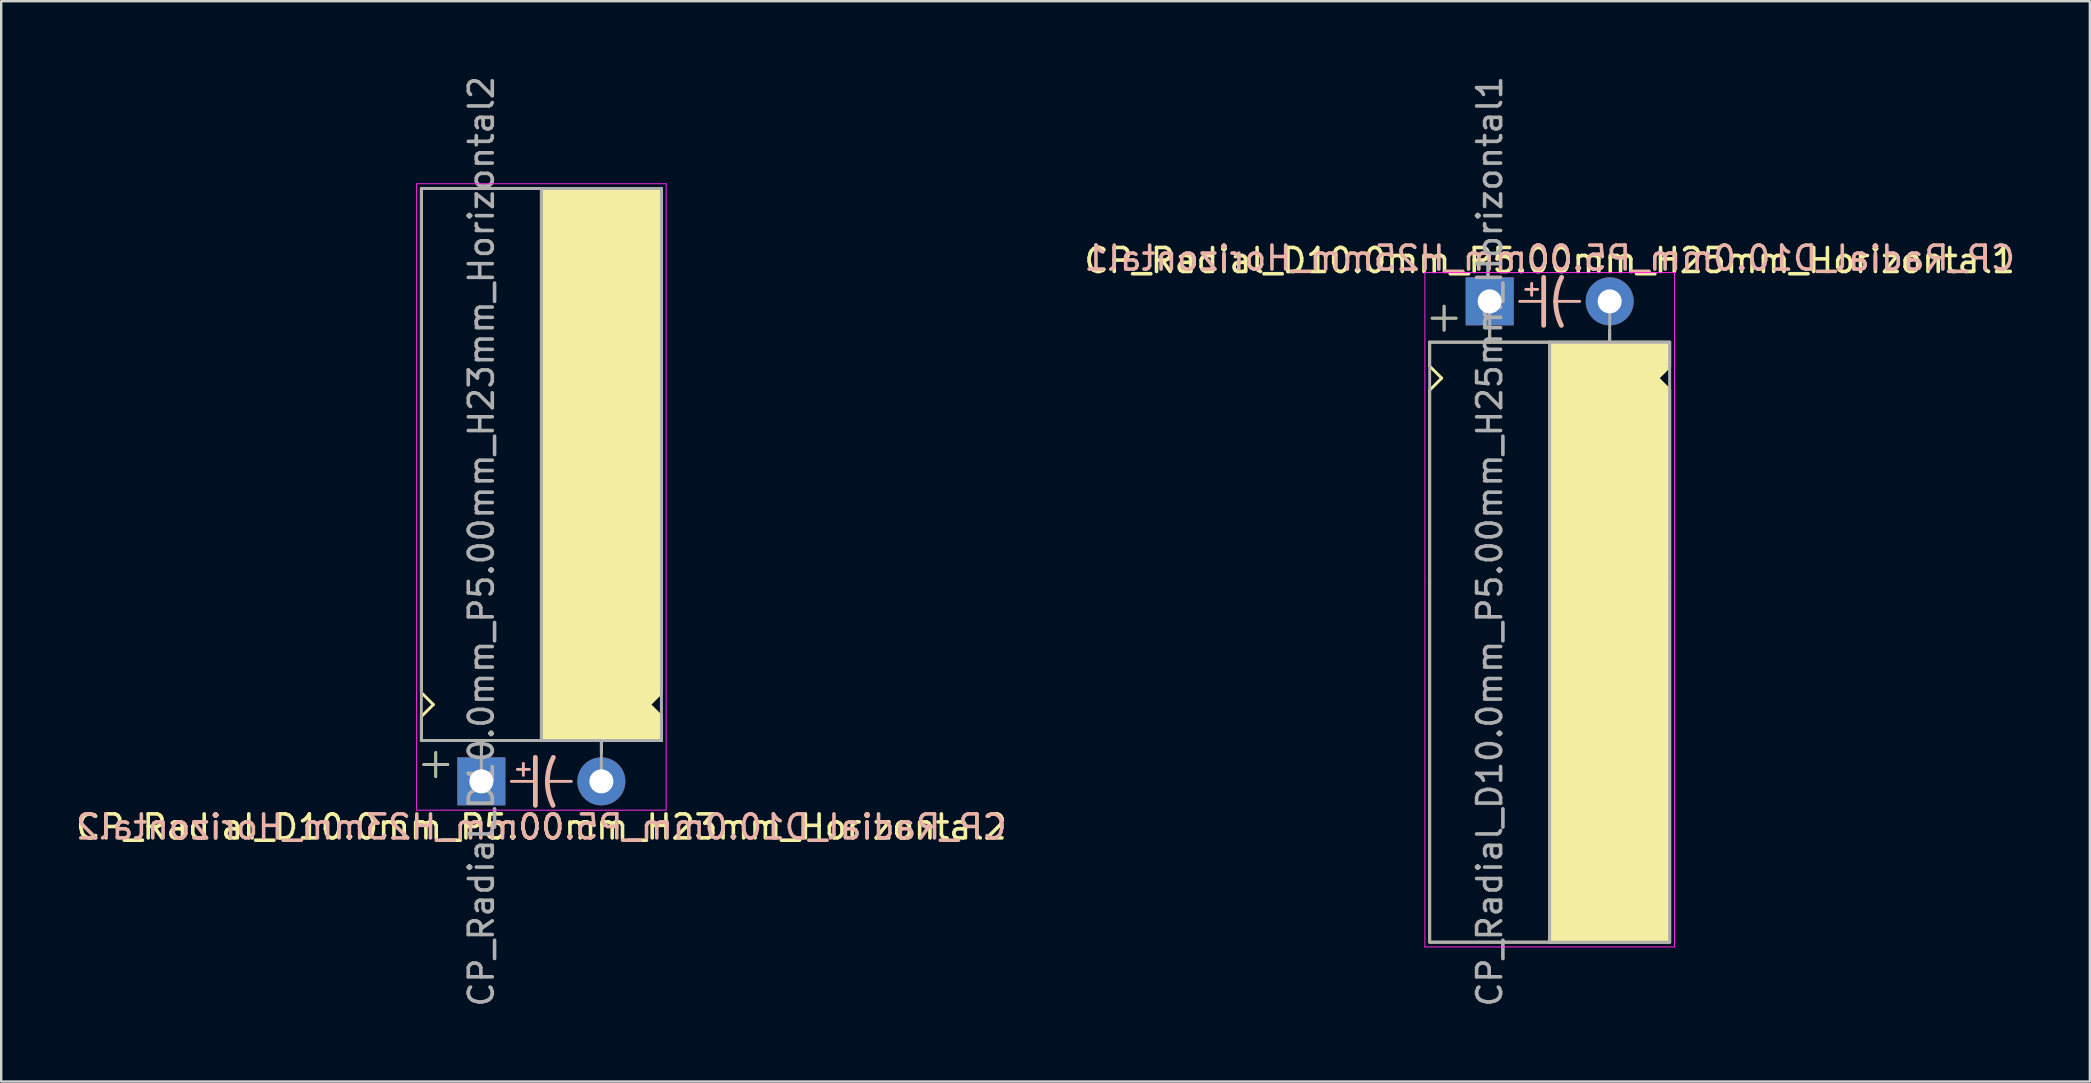
<source format=kicad_pcb>
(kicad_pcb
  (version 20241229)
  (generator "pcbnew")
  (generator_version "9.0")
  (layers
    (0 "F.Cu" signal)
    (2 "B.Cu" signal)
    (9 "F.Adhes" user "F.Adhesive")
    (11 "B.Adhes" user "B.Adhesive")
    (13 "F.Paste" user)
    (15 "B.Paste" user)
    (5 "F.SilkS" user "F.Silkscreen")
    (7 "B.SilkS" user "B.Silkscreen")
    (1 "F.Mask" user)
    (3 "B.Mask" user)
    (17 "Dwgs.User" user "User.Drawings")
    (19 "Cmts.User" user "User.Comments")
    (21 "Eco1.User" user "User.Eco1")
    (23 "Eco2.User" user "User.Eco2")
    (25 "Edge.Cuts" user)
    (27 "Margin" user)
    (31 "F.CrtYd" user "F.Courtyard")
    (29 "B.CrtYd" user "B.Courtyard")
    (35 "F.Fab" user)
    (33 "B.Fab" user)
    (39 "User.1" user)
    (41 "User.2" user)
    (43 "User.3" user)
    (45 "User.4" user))
  (footprint "CP_Radial_D10.0mm_P5.00mm_H25mm_Horizontal1"
    (layer "F.Cu")
    (at 59.018 9.506)
    (property "Reference" "CP_Radial_D10.0mm_P5.00mm_H25mm_Horizontal1" (at 2.5 -1.7 0) (layer "F.SilkS") (effects (font (size 1 1) (thickness 0.15))))
    (fp_line (start -2.5 1.7) (end -2.5 2.7) (stroke (width 0.12) (type solid)) (layer "F.SilkS"))
    (fp_line (start -2.5 2.7) (end -2 3.2) (stroke (width 0.12) (type solid)) (layer "F.SilkS"))
    (fp_line (start -2.5 3.7) (end -2.5 11.7) (stroke (width 0.12) (type solid)) (layer "F.SilkS"))
    (fp_line (start -2.5 11.7) (end -2.5 26.7) (stroke (width 0.12) (type solid)) (layer "F.SilkS"))
    (fp_line (start -2.5 26.7) (end 7.5 26.7) (stroke (width 0.12) (type solid)) (layer "F.SilkS"))
    (fp_line (start -2 3.2) (end -2.5 3.7) (stroke (width 0.12) (type solid)) (layer "F.SilkS"))
    (fp_line (start -1.9 0.2) (end -1.9 1.2) (stroke (width 0.12) (type solid)) (layer "F.SilkS"))
    (fp_line (start -1.4 0.7) (end -2.4 0.7) (stroke (width 0.12) (type solid)) (layer "F.SilkS"))
    (fp_line (start 0 1.7) (end 0 1.2) (stroke (width 0.12) (type solid)) (layer "F.SilkS"))
    (fp_line (start 2.5 1.7) (end -2.5 1.7) (stroke (width 0.12) (type solid)) (layer "F.SilkS"))
    (fp_line (start 2.5 26.7) (end 2.5 1.7) (stroke (width 0.12) (type solid)) (layer "F.SilkS"))
    (fp_line (start 5 1.7) (end 5 1.2) (stroke (width 0.12) (type solid)) (layer "F.SilkS"))
    (fp_line (start 7 3.2) (end 7.5 3.7) (stroke (width 0.12) (type solid)) (layer "F.SilkS"))
    (fp_line (start 7.5 1.7) (end 2.5 1.7) (stroke (width 0.12) (type solid)) (layer "F.SilkS"))
    (fp_line (start 7.5 1.7) (end 7.5 2.7) (stroke (width 0.12) (type solid)) (layer "F.SilkS"))
    (fp_line (start 7.5 2.7) (end 7 3.2) (stroke (width 0.12) (type solid)) (layer "F.SilkS"))
    (fp_line (start 7.5 3.7) (end 7.5 11.7) (stroke (width 0.12) (type solid)) (layer "F.SilkS"))
    (fp_line (start 7.5 11.7) (end 7.5 26.7) (stroke (width 0.12) (type solid)) (layer "F.SilkS"))
    (fp_poly (pts (xy 7.5 2.7) (xy 7 3.2) (xy 7.5 3.7) (xy 7.5 26.7) (xy 2.5 26.7) (xy 2.5 1.7) (xy 7.5 1.7)) (stroke (width 0.1) (type solid)) (fill yes) (layer "F.SilkS"))
    (fp_line (start 1.25 0) (end 2.25 0) (stroke (width 0.12) (type solid)) (layer "B.SilkS"))
    (fp_line (start 1.5 -0.5) (end 2 -0.5) (stroke (width 0.12) (type solid)) (layer "B.SilkS"))
    (fp_line (start 1.75 -0.75) (end 1.75 -0.25) (stroke (width 0.12) (type solid)) (layer "B.SilkS"))
    (fp_line (start 2.25 1) (end 2.25 -1) (stroke (width 0.2) (type solid)) (layer "B.SilkS"))
    (fp_line (start 3.75 0) (end 2.75 0) (stroke (width 0.12) (type solid)) (layer "B.SilkS"))
    (fp_arc (start 2.75 0) (mid 2.816707 -0.514573) (end 3 -1) (stroke (width 0.2) (type solid)) (layer "B.SilkS"))
    (fp_arc (start 2.987539 1) (mid 2.810248 0.513901) (end 2.75 0) (stroke (width 0.2) (type solid)) (layer "B.SilkS"))
    (fp_line (start -2.7 -1.2) (end 5.3 -1.2) (stroke (width 0.04) (type solid)) (layer "F.CrtYd"))
    (fp_line (start -2.7 26.9) (end -2.7 -1.2) (stroke (width 0.04) (type solid)) (layer "F.CrtYd"))
    (fp_line (start 5.3 -1.2) (end 7.7 -1.2) (stroke (width 0.04) (type solid)) (layer "F.CrtYd"))
    (fp_line (start 7.7 -1.2) (end 7.7 26.9) (stroke (width 0.04) (type solid)) (layer "F.CrtYd"))
    (fp_line (start 7.7 26.9) (end -2.7 26.9) (stroke (width 0.04) (type solid)) (layer "F.CrtYd"))
    (fp_line (start -2.5 1.7) (end -2.5 26.7) (stroke (width 0.12) (type solid)) (layer "F.Fab"))
    (fp_line (start -2.5 26.7) (end 7.5 26.7) (stroke (width 0.12) (type solid)) (layer "F.Fab"))
    (fp_line (start -2.4 0.7) (end -1.4 0.7) (stroke (width 0.1) (type solid)) (layer "F.Fab"))
    (fp_line (start -1.9 1.2) (end -1.9 0.2) (stroke (width 0.1) (type solid)) (layer "F.Fab"))
    (fp_line (start 0 1.7) (end 0 0) (stroke (width 0.12) (type solid)) (layer "F.Fab"))
    (fp_line (start 2.5 1.7) (end 2.5 26.7) (stroke (width 0.12) (type solid)) (layer "F.Fab"))
    (fp_line (start 5 1.7) (end 5 0) (stroke (width 0.12) (type solid)) (layer "F.Fab"))
    (fp_line (start 7.5 1.7) (end -2.5 1.7) (stroke (width 0.12) (type solid)) (layer "F.Fab"))
    (fp_line (start 7.5 26.7) (end 7.5 1.7) (stroke (width 0.12) (type solid)) (layer "F.Fab"))
    (fp_poly (pts (xy 7.5 26.7) (xy 2.5 26.7) (xy 2.5 1.7) (xy 7.5 1.7)) (stroke (width 0.1) (type solid)) (fill no) (layer "F.Fab"))
    (fp_text user "${REFERENCE}" (at 2.5 -1.8 0) (layer "B.SilkS") (effects (font (size 1 1) (thickness 0.15)) (justify mirror)))
    (fp_text user "${REFERENCE}" (at 0 10 90) (layer "F.Fab") (effects (font (size 1 1) (thickness 0.15))))
    (pad "1" thru_hole rect (at 0 0) (size 2 2) (drill 1) (layers "*.Cu" "*.Mask"))
    (pad "2" thru_hole circle (at 5 0) (size 2 2) (drill 1) (layers "*.Cu" "*.Mask")))
  (footprint "CP_Radial_D10.0mm_P5.00mm_H23mm_Horizontal2"
    (layer "F.Cu")
    (at 17.006 29.506)
    (property "Reference" "CP_Radial_D10.0mm_P5.00mm_H23mm_Horizontal2" (at 2.5 1.9 0) (layer "F.SilkS") (effects (font (size 1 1) (thickness 0.15))))
    (fp_line (start -2.5 -24.7) (end 7.5 -24.7) (stroke (width 0.12) (type solid)) (layer "F.SilkS"))
    (fp_line (start -2.5 -11.7) (end -2.5 -24.7) (stroke (width 0.12) (type solid)) (layer "F.SilkS"))
    (fp_line (start -2.5 -3.7) (end -2.5 -11.7) (stroke (width 0.12) (type solid)) (layer "F.SilkS"))
    (fp_line (start -2.5 -2.7) (end -2 -3.2) (stroke (width 0.12) (type solid)) (layer "F.SilkS"))
    (fp_line (start -2.5 -1.7) (end -2.5 -2.7) (stroke (width 0.12) (type solid)) (layer "F.SilkS"))
    (fp_line (start -2 -3.2) (end -2.5 -3.7) (stroke (width 0.12) (type solid)) (layer "F.SilkS"))
    (fp_line (start -1.9 -1.2) (end -1.9 -0.2) (stroke (width 0.12) (type solid)) (layer "F.SilkS"))
    (fp_line (start -1.4 -0.7) (end -2.4 -0.7) (stroke (width 0.12) (type solid)) (layer "F.SilkS"))
    (fp_line (start 0 -1.7) (end 0 -1.2) (stroke (width 0.12) (type solid)) (layer "F.SilkS"))
    (fp_line (start 2.5 -24.7) (end 2.5 -1.7) (stroke (width 0.12) (type solid)) (layer "F.SilkS"))
    (fp_line (start 2.5 -1.7) (end -2.5 -1.7) (stroke (width 0.12) (type solid)) (layer "F.SilkS"))
    (fp_line (start 5 -1.7) (end 5 -1.2) (stroke (width 0.12) (type solid)) (layer "F.SilkS"))
    (fp_line (start 7 -3.2) (end 7.5 -3.7) (stroke (width 0.12) (type solid)) (layer "F.SilkS"))
    (fp_line (start 7.5 -11.7) (end 7.5 -24.7) (stroke (width 0.12) (type solid)) (layer "F.SilkS"))
    (fp_line (start 7.5 -3.7) (end 7.5 -11.7) (stroke (width 0.12) (type solid)) (layer "F.SilkS"))
    (fp_line (start 7.5 -2.7) (end 7 -3.2) (stroke (width 0.12) (type solid)) (layer "F.SilkS"))
    (fp_line (start 7.5 -1.7) (end 2.5 -1.7) (stroke (width 0.12) (type solid)) (layer "F.SilkS"))
    (fp_line (start 7.5 -1.7) (end 7.5 -2.7) (stroke (width 0.12) (type solid)) (layer "F.SilkS"))
    (fp_poly (pts (xy 7.5 -2.7) (xy 7 -3.2) (xy 7.5 -3.7) (xy 7.5 -24.7) (xy 2.5 -24.7) (xy 2.5 -1.7) (xy 7.5 -1.7)) (stroke (width 0.1) (type solid)) (fill yes) (layer "F.SilkS"))
    (fp_line (start 1.25 0) (end 2.25 0) (stroke (width 0.12) (type solid)) (layer "B.SilkS"))
    (fp_line (start 1.5 -0.5) (end 2 -0.5) (stroke (width 0.12) (type solid)) (layer "B.SilkS"))
    (fp_line (start 1.75 -0.75) (end 1.75 -0.25) (stroke (width 0.12) (type solid)) (layer "B.SilkS"))
    (fp_line (start 2.25 1) (end 2.25 -1) (stroke (width 0.2) (type solid)) (layer "B.SilkS"))
    (fp_line (start 3.75 0) (end 2.75 0) (stroke (width 0.12) (type solid)) (layer "B.SilkS"))
    (fp_arc (start 2.75 0) (mid 2.816707 -0.514573) (end 3 -1) (stroke (width 0.2) (type solid)) (layer "B.SilkS"))
    (fp_arc (start 2.987539 1) (mid 2.810248 0.513901) (end 2.75 0) (stroke (width 0.2) (type solid)) (layer "B.SilkS"))
    (fp_line (start -2.7 -24.9) (end -2.7 1.2) (stroke (width 0.04) (type solid)) (layer "F.CrtYd"))
    (fp_line (start -2.7 1.2) (end 5.3 1.2) (stroke (width 0.04) (type solid)) (layer "F.CrtYd"))
    (fp_line (start 5.3 1.2) (end 7.7 1.2) (stroke (width 0.04) (type solid)) (layer "F.CrtYd"))
    (fp_line (start 7.7 -24.9) (end -2.7 -24.9) (stroke (width 0.04) (type solid)) (layer "F.CrtYd"))
    (fp_line (start 7.7 1.2) (end 7.7 -24.9) (stroke (width 0.04) (type solid)) (layer "F.CrtYd"))
    (fp_line (start -2.5 -24.7) (end 7.5 -24.7) (stroke (width 0.12) (type solid)) (layer "F.Fab"))
    (fp_line (start -2.5 -1.7) (end -2.5 -24.7) (stroke (width 0.12) (type solid)) (layer "F.Fab"))
    (fp_line (start -2.4 -0.7) (end -1.4 -0.7) (stroke (width 0.1) (type solid)) (layer "F.Fab"))
    (fp_line (start -1.9 -0.2) (end -1.9 -1.2) (stroke (width 0.1) (type solid)) (layer "F.Fab"))
    (fp_line (start 0 -1.7) (end 0 0) (stroke (width 0.12) (type solid)) (layer "F.Fab"))
    (fp_line (start 2.5 -1.7) (end 2.5 -24.7) (stroke (width 0.12) (type solid)) (layer "F.Fab"))
    (fp_line (start 5 -1.7) (end 5 0) (stroke (width 0.12) (type solid)) (layer "F.Fab"))
    (fp_line (start 7.5 -24.7) (end 7.5 -1.7) (stroke (width 0.12) (type solid)) (layer "F.Fab"))
    (fp_line (start 7.5 -1.7) (end -2.5 -1.7) (stroke (width 0.12) (type solid)) (layer "F.Fab"))
    (fp_poly (pts (xy 7.5 -24.7) (xy 2.5 -24.7) (xy 2.5 -1.7) (xy 7.5 -1.7)) (stroke (width 0.1) (type solid)) (fill no) (layer "F.Fab"))
    (fp_text user "${REFERENCE}" (at 2.5 1.9 0) (layer "B.SilkS") (effects (font (size 1 1) (thickness 0.15)) (justify mirror)))
    (fp_text user "${REFERENCE}" (at 0 -10 90) (layer "F.Fab") (effects (font (size 1 1) (thickness 0.15))))
    (pad "1" thru_hole rect (at 0 0) (size 2 2) (drill 1) (layers "*.Cu" "*.Mask"))
    (pad "2" thru_hole circle (at 5 0) (size 2 2) (drill 1) (layers "*.Cu" "*.Mask")))
  (gr_rect
    (start -3 -3)
    (end 84.024 42.012)
    (stroke (width 0.1) (type default))
    (fill no)
    (layer "Edge.Cuts")))
</source>
